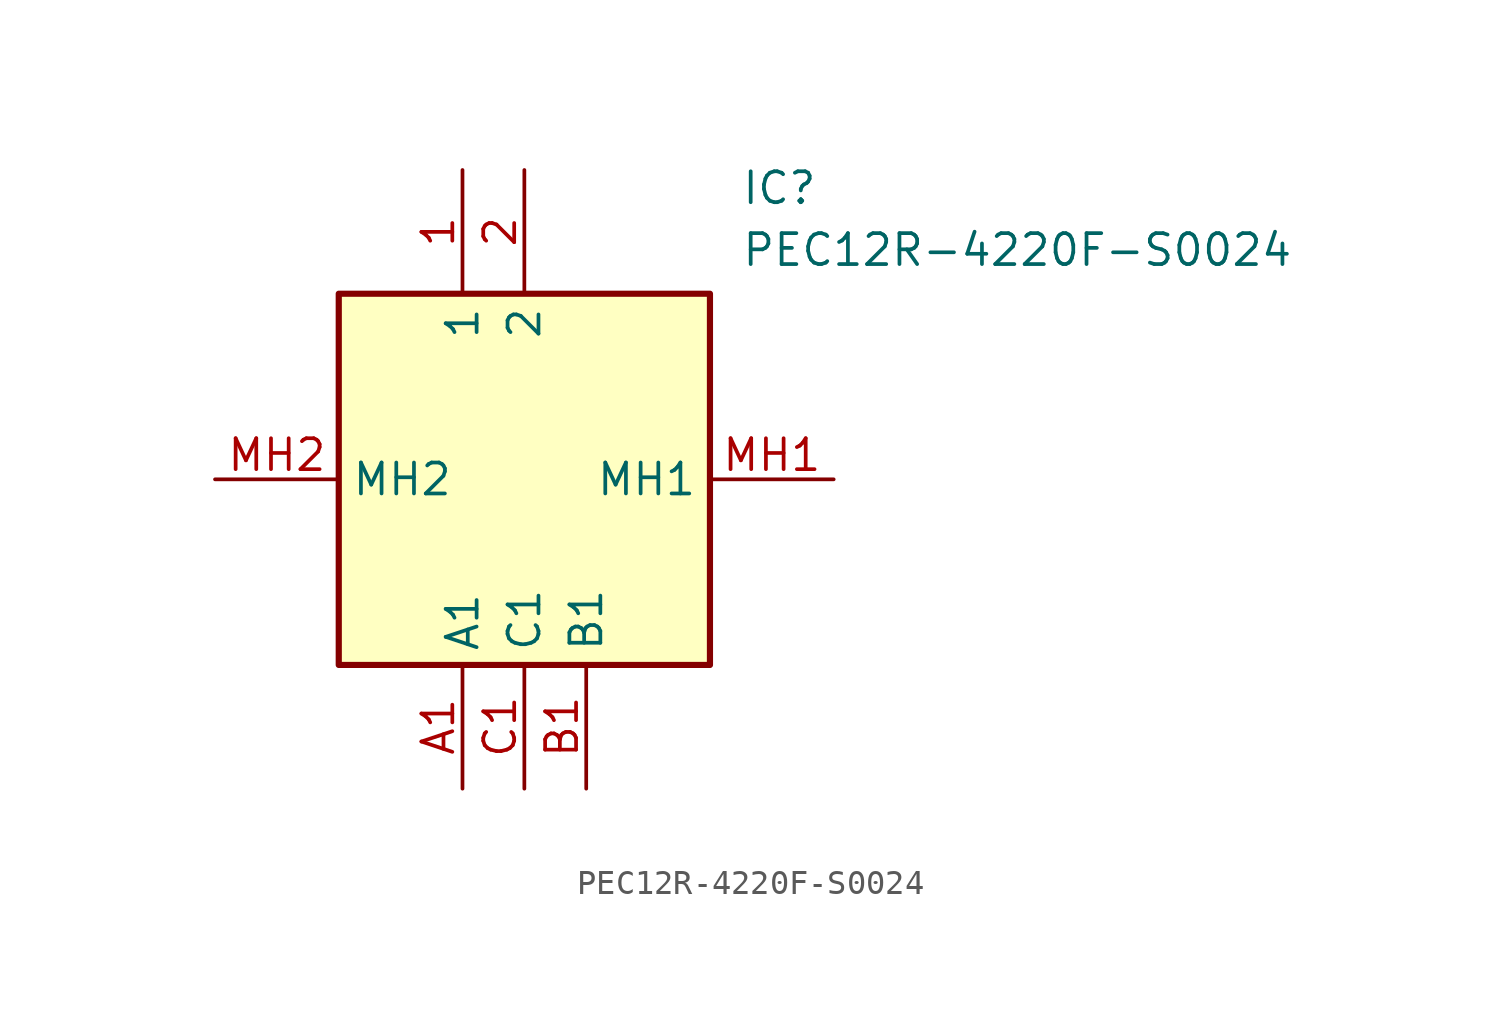
<source format=kicad_sym>
(kicad_symbol_lib
  (version 20211014)
  (generator SamacSys_ECAD_Model)
  (symbol "PEC12R-4220F-S0024"
    (property "Reference" "IC"
      (at 21.59 12.7 0)
      (effects (font (size 1.27 1.27)) (justify left top)))
    (property "Value" "PEC12R-4220F-S0024"
      (at 21.59 10.16 0)
      (effects (font (size 1.27 1.27)) (justify left top)))
    (rectangle
      (start 5.08 7.62)
      (end 20.32 -7.62)
      (stroke (width 0.254) (type default))
      (fill (type background)))
    (pin passive line
      (at 10.16 12.7 270)
      (length 5.08)
      (name "1" (effects (font (size 1.27 1.27))))
      (number "1" (effects (font (size 1.27 1.27)))))
    (pin passive line
      (at 12.7 12.7 270)
      (length 5.08)
      (name "2" (effects (font (size 1.27 1.27))))
      (number "2" (effects (font (size 1.27 1.27)))))
    (pin passive line
      (at 10.16 -12.7 90)
      (length 5.08)
      (name "A1" (effects (font (size 1.27 1.27))))
      (number "A1" (effects (font (size 1.27 1.27)))))
    (pin passive line
      (at 15.24 -12.7 90)
      (length 5.08)
      (name "B1" (effects (font (size 1.27 1.27))))
      (number "B1" (effects (font (size 1.27 1.27)))))
    (pin passive line
      (at 12.7 -12.7 90)
      (length 5.08)
      (name "C1" (effects (font (size 1.27 1.27))))
      (number "C1" (effects (font (size 1.27 1.27)))))
    (pin passive line
      (at 25.4 0 180)
      (length 5.08)
      (name "MH1" (effects (font (size 1.27 1.27))))
      (number "MH1" (effects (font (size 1.27 1.27)))))
    (pin passive line
      (at 0 0 0)
      (length 5.08)
      (name "MH2" (effects (font (size 1.27 1.27))))
      (number "MH2" (effects (font (size 1.27 1.27)))))))
</source>
